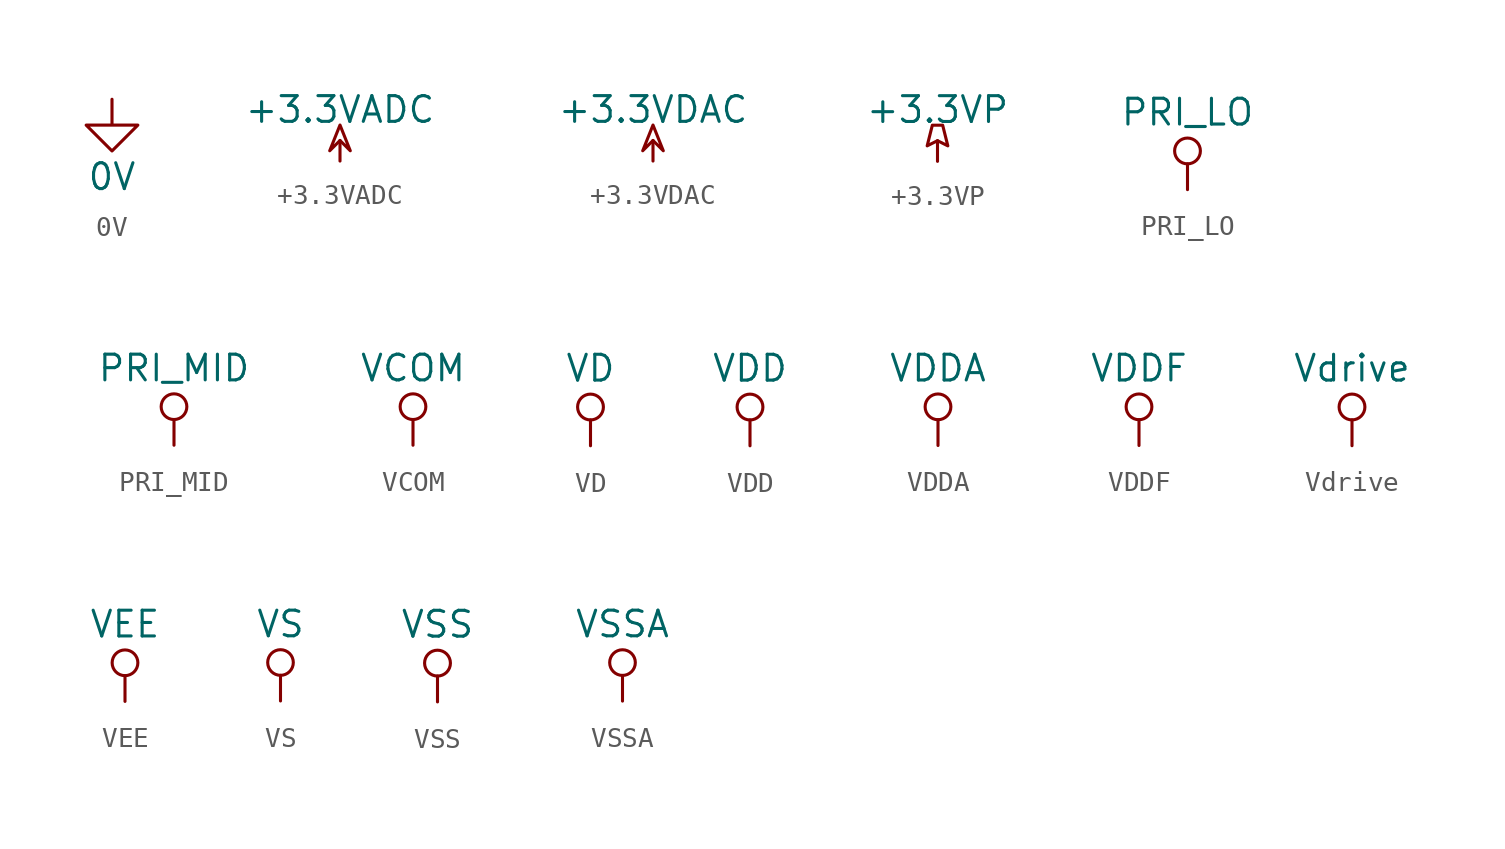
<source format=kicad_sym>
(kicad_symbol_lib
  (version 20211014)
  (generator kicad_symbol_editor)
  (symbol "0V"
    (power)
    (pin_names
      (offset 0))
    (property "Reference" "#PWR"
      (at 0 -6.35 0)
      (effects (font (size 1.27 1.27)) hide))
    (property "Value" "0V"
      (at 0 -3.81 0)
      (effects (font (size 1.27 1.27))))
    (symbol "0V_0_1"
      (polyline (pts (xy 0 0) (xy 0 -1.27) (xy 1.27 -1.27) (xy 0 -2.54) (xy -1.27 -1.27) (xy 0 -1.27)) (stroke (width 0) (type default) (color 0 0 0 0)) (fill (type none))))
    (symbol "0V_1_1"
      (pin power_in line (at 0 0 270) (length 0) hide (name "GND" (effects (font (size 1.27 1.27)))) (number "1" (effects (font (size 1.27 1.27)))))))
  (symbol "+3.3VADC"
    (power)
    (pin_names
      (offset 0))
    (property "Reference" "#PWR"
      (at 3.81 -1.27 0)
      (effects (font (size 1.27 1.27)) hide))
    (property "Value" "+3.3VADC"
      (at 0 2.54 0)
      (effects (font (size 1.27 1.27))))
    (symbol "+3.3VADC_0_0"
      (pin power_in line (at 0 0 90) (length 0) hide (name "+3.3VADC" (effects (font (size 1.27 1.27)))) (number "1" (effects (font (size 1.27 1.27))))))
    (symbol "+3.3VADC_0_1"
      (polyline (pts (xy 0 0) (xy 0 1.016) (xy 0 1.016)) (stroke (width 0) (type default) (color 0 0 0 0)) (fill (type none)))
      (polyline (pts (xy 0 1.016) (xy 0.508 0.508) (xy 0 1.778) (xy -0.508 0.508) (xy 0 1.016) (xy 0 1.016)) (stroke (width 0) (type default) (color 0 0 0 0)) (fill (type none)))))
  (symbol "+3.3VDAC"
    (power)
    (pin_names
      (offset 0))
    (property "Reference" "#PWR"
      (at 3.81 -1.27 0)
      (effects (font (size 1.27 1.27)) hide))
    (property "Value" "+3.3VDAC"
      (at 0 2.54 0)
      (effects (font (size 1.27 1.27))))
    (symbol "+3.3VDAC_0_0"
      (pin power_in line (at 0 0 90) (length 0) hide (name "+3.3VDAC" (effects (font (size 1.27 1.27)))) (number "1" (effects (font (size 1.27 1.27))))))
    (symbol "+3.3VDAC_0_1"
      (polyline (pts (xy 0 0) (xy 0 1.016) (xy 0 1.016)) (stroke (width 0) (type default) (color 0 0 0 0)) (fill (type none)))
      (polyline (pts (xy 0 1.016) (xy 0.508 0.508) (xy 0 1.778) (xy -0.508 0.508) (xy 0 1.016) (xy 0 1.016)) (stroke (width 0) (type default) (color 0 0 0 0)) (fill (type none)))))
  (symbol "+3.3VP"
    (power)
    (pin_names
      (offset 0))
    (property "Reference" "#PWR"
      (at 3.81 -1.27 0)
      (effects (font (size 1.27 1.27)) hide))
    (property "Value" "+3.3VP"
      (at 0 2.54 0)
      (effects (font (size 1.27 1.27))))
    (symbol "+3.3VP_0_0"
      (pin power_in line (at 0 0 90) (length 0) hide (name "+3.3VP" (effects (font (size 1.27 1.27)))) (number "1" (effects (font (size 1.27 1.27))))))
    (symbol "+3.3VP_0_1"
      (polyline (pts (xy 0 0) (xy 0 1.016) (xy 0 1.016)) (stroke (width 0) (type default) (color 0 0 0 0)) (fill (type none)))
      (polyline (pts (xy 0.508 0.762) (xy 0 1.016) (xy -0.508 0.762) (xy -0.254 1.778) (xy 0.254 1.778) (xy 0.508 0.762) (xy 0.508 0.762)) (stroke (width 0) (type default) (color 0 0 0 0)) (fill (type none)))))
  (symbol "PRI_LO"
    (power)
    (pin_names
      (offset 0))
    (property "Reference" "#PWR"
      (at 0 -3.81 0)
      (effects (font (size 1.27 1.27)) hide))
    (property "Value" "PRI_LO"
      (at 0 3.81 0)
      (effects (font (size 1.27 1.27))))
    (symbol "PRI_LO_0_1"
      (polyline (pts (xy 0 0) (xy 0 1.27)) (stroke (width 0) (type default) (color 0 0 0 0)) (fill (type none)))
      (circle (center 0 1.905) (radius 0.635) (stroke (width 0) (type default) (color 0 0 0 0)) (fill (type none))))
    (symbol "PRI_LO_1_1"
      (pin power_in line (at 0 0 90) (length 0) hide (name "PRI_LO" (effects (font (size 1.27 1.27)))) (number "1" (effects (font (size 1.27 1.27)))))))
  (symbol "PRI_MID"
    (power)
    (pin_names
      (offset 0))
    (property "Reference" "#PWR"
      (at 0 -3.81 0)
      (effects (font (size 1.27 1.27)) hide))
    (property "Value" "PRI_MID"
      (at 0 3.81 0)
      (effects (font (size 1.27 1.27))))
    (symbol "PRI_MID_0_1"
      (polyline (pts (xy 0 0) (xy 0 1.27)) (stroke (width 0) (type default) (color 0 0 0 0)) (fill (type none)))
      (circle (center 0 1.905) (radius 0.635) (stroke (width 0) (type default) (color 0 0 0 0)) (fill (type none))))
    (symbol "PRI_MID_1_1"
      (pin power_in line (at 0 0 90) (length 0) hide (name "PRI_MID" (effects (font (size 1.27 1.27)))) (number "1" (effects (font (size 1.27 1.27)))))))
  (symbol "VCOM"
    (power)
    (pin_names
      (offset 0))
    (property "Reference" "#PWR"
      (at 0 -3.81 0)
      (effects (font (size 1.27 1.27)) hide))
    (property "Value" "VCOM"
      (at 0 3.81 0)
      (effects (font (size 1.27 1.27))))
    (symbol "VCOM_0_1"
      (polyline (pts (xy 0 0) (xy 0 1.27)) (stroke (width 0) (type default) (color 0 0 0 0)) (fill (type none)))
      (circle (center 0 1.905) (radius 0.635) (stroke (width 0) (type default) (color 0 0 0 0)) (fill (type none))))
    (symbol "VCOM_1_1"
      (pin power_in line (at 0 0 90) (length 0) hide (name "VCOM" (effects (font (size 1.27 1.27)))) (number "1" (effects (font (size 1.27 1.27)))))))
  (symbol "VD"
    (power)
    (pin_names
      (offset 0))
    (property "Reference" "#PWR"
      (at 0 -3.81 0)
      (effects (font (size 1.27 1.27)) hide))
    (property "Value" "VD"
      (at 0 3.81 0)
      (effects (font (size 1.27 1.27))))
    (symbol "VD_0_1"
      (polyline (pts (xy 0 0) (xy 0 1.27)) (stroke (width 0) (type default) (color 0 0 0 0)) (fill (type none)))
      (circle (center 0 1.905) (radius 0.635) (stroke (width 0) (type default) (color 0 0 0 0)) (fill (type none))))
    (symbol "VD_1_1"
      (pin power_in line (at 0 0 90) (length 0) hide (name "VD" (effects (font (size 1.27 1.27)))) (number "1" (effects (font (size 1.27 1.27)))))))
  (symbol "VDD"
    (power)
    (pin_names
      (offset 0))
    (property "Reference" "#PWR"
      (at 0 -3.81 0)
      (effects (font (size 1.27 1.27)) hide))
    (property "Value" "VDD"
      (at 0 3.81 0)
      (effects (font (size 1.27 1.27))))
    (symbol "VDD_0_1"
      (polyline (pts (xy 0 0) (xy 0 1.27)) (stroke (width 0) (type default) (color 0 0 0 0)) (fill (type none)))
      (circle (center 0 1.905) (radius 0.635) (stroke (width 0) (type default) (color 0 0 0 0)) (fill (type none))))
    (symbol "VDD_1_1"
      (pin power_in line (at 0 0 90) (length 0) hide (name "VDD" (effects (font (size 1.27 1.27)))) (number "1" (effects (font (size 1.27 1.27)))))))
  (symbol "VDDA"
    (power)
    (pin_names
      (offset 0))
    (property "Reference" "#PWR"
      (at 0 -3.81 0)
      (effects (font (size 1.27 1.27)) hide))
    (property "Value" "VDDA"
      (at 0 3.81 0)
      (effects (font (size 1.27 1.27))))
    (symbol "VDDA_0_1"
      (polyline (pts (xy 0 0) (xy 0 1.27)) (stroke (width 0) (type default) (color 0 0 0 0)) (fill (type none)))
      (circle (center 0 1.905) (radius 0.635) (stroke (width 0) (type default) (color 0 0 0 0)) (fill (type none))))
    (symbol "VDDA_1_1"
      (pin power_in line (at 0 0 90) (length 0) hide (name "VDDA" (effects (font (size 1.27 1.27)))) (number "1" (effects (font (size 1.27 1.27)))))))
  (symbol "VDDF"
    (power)
    (pin_names
      (offset 0))
    (property "Reference" "#PWR"
      (at 0 -3.81 0)
      (effects (font (size 1.27 1.27)) hide))
    (property "Value" "VDDF"
      (at 0 3.81 0)
      (effects (font (size 1.27 1.27))))
    (symbol "VDDF_0_1"
      (polyline (pts (xy 0 0) (xy 0 1.27)) (stroke (width 0) (type default) (color 0 0 0 0)) (fill (type none)))
      (circle (center 0 1.905) (radius 0.635) (stroke (width 0) (type default) (color 0 0 0 0)) (fill (type none))))
    (symbol "VDDF_1_1"
      (pin power_in line (at 0 0 90) (length 0) hide (name "VDDF" (effects (font (size 1.27 1.27)))) (number "1" (effects (font (size 1.27 1.27)))))))
  (symbol "Vdrive"
    (power)
    (pin_names
      (offset 0))
    (property "Reference" "#PWR"
      (at -5.08 -3.81 0)
      (effects (font (size 1.27 1.27)) hide))
    (property "Value" "Vdrive"
      (at 0 3.81 0)
      (effects (font (size 1.27 1.27))))
    (symbol "Vdrive_0_1"
      (polyline (pts (xy 0 0) (xy 0 1.27)) (stroke (width 0) (type default) (color 0 0 0 0)) (fill (type none)))
      (circle (center 0 1.905) (radius 0.635) (stroke (width 0) (type default) (color 0 0 0 0)) (fill (type none))))
    (symbol "Vdrive_1_1"
      (pin power_in line (at 0 0 90) (length 0) hide (name "Vdrive" (effects (font (size 1.27 1.27)))) (number "1" (effects (font (size 1.27 1.27)))))))
  (symbol "VEE"
    (power)
    (pin_names
      (offset 0))
    (property "Reference" "#PWR"
      (at 0 -3.81 0)
      (effects (font (size 1.27 1.27)) hide))
    (property "Value" "VEE"
      (at 0 3.81 0)
      (effects (font (size 1.27 1.27))))
    (symbol "VEE_0_1"
      (polyline (pts (xy 0 0) (xy 0 1.27)) (stroke (width 0) (type default) (color 0 0 0 0)) (fill (type none)))
      (circle (center 0 1.905) (radius 0.635) (stroke (width 0) (type default) (color 0 0 0 0)) (fill (type none))))
    (symbol "VEE_1_1"
      (pin power_in line (at 0 0 90) (length 0) hide (name "VEE" (effects (font (size 1.27 1.27)))) (number "1" (effects (font (size 1.27 1.27)))))))
  (symbol "VS"
    (power)
    (pin_names
      (offset 0))
    (property "Reference" "#PWR"
      (at -5.08 -3.81 0)
      (effects (font (size 1.27 1.27)) hide))
    (property "Value" "VS"
      (at 0 3.81 0)
      (effects (font (size 1.27 1.27))))
    (symbol "VS_0_1"
      (polyline (pts (xy 0 0) (xy 0 1.27)) (stroke (width 0) (type default) (color 0 0 0 0)) (fill (type none)))
      (circle (center 0 1.905) (radius 0.635) (stroke (width 0) (type default) (color 0 0 0 0)) (fill (type none))))
    (symbol "VS_1_1"
      (pin power_in line (at 0 0 90) (length 0) hide (name "VS" (effects (font (size 1.27 1.27)))) (number "1" (effects (font (size 1.27 1.27)))))))
  (symbol "VSS"
    (power)
    (pin_names
      (offset 0))
    (property "Reference" "#PWR"
      (at 0 -3.81 0)
      (effects (font (size 1.27 1.27)) hide))
    (property "Value" "VSS"
      (at 0 3.81 0)
      (effects (font (size 1.27 1.27))))
    (symbol "VSS_0_1"
      (polyline (pts (xy 0 0) (xy 0 1.27)) (stroke (width 0) (type default) (color 0 0 0 0)) (fill (type none)))
      (circle (center 0 1.905) (radius 0.635) (stroke (width 0) (type default) (color 0 0 0 0)) (fill (type none))))
    (symbol "VSS_1_1"
      (pin power_in line (at 0 0 90) (length 0) hide (name "VSS" (effects (font (size 1.27 1.27)))) (number "1" (effects (font (size 1.27 1.27)))))))
  (symbol "VSSA"
    (power)
    (pin_names
      (offset 0))
    (property "Reference" "#PWR"
      (at 0 -3.81 0)
      (effects (font (size 1.27 1.27)) hide))
    (property "Value" "VSSA"
      (at 0 3.81 0)
      (effects (font (size 1.27 1.27))))
    (symbol "VSSA_0_1"
      (polyline (pts (xy 0 0) (xy 0 1.27)) (stroke (width 0) (type default) (color 0 0 0 0)) (fill (type none)))
      (circle (center 0 1.905) (radius 0.635) (stroke (width 0) (type default) (color 0 0 0 0)) (fill (type none))))
    (symbol "VSSA_1_1"
      (pin power_in line (at 0 0 90) (length 0) hide (name "VSSA" (effects (font (size 1.27 1.27)))) (number "1" (effects (font (size 1.27 1.27))))))))
</source>
